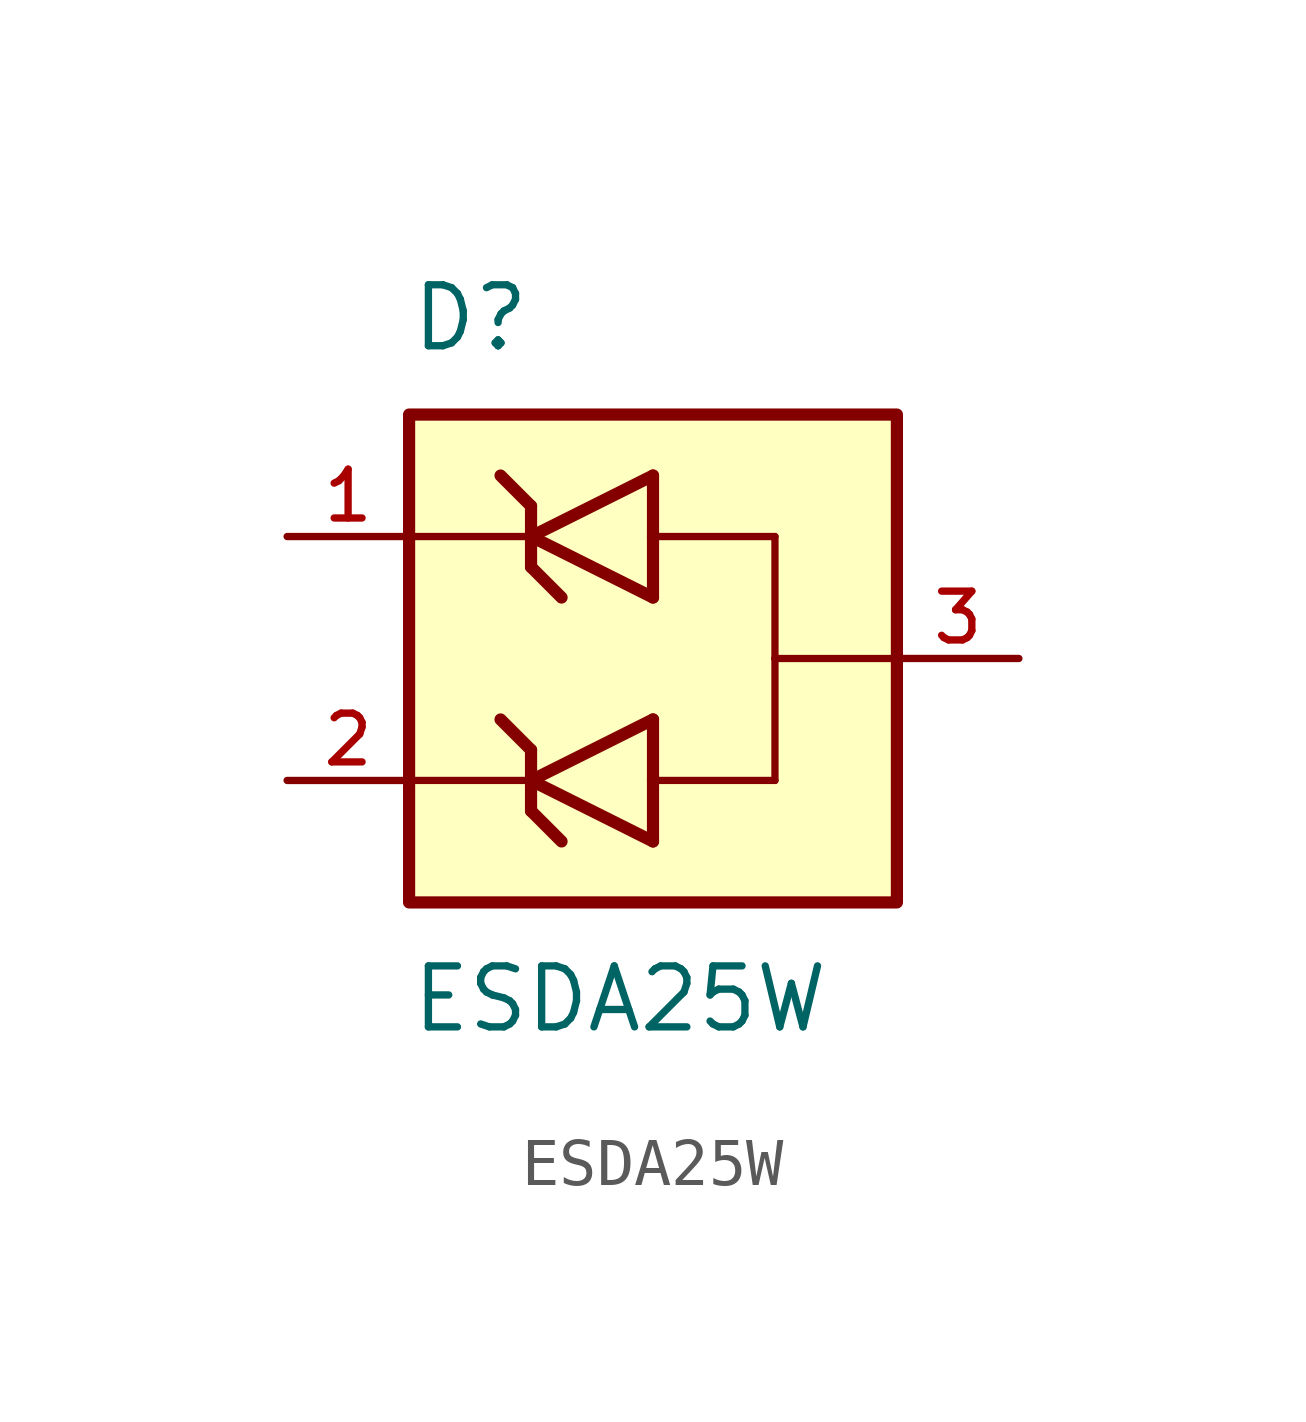
<source format=kicad_sym>
(kicad_symbol_lib
  (version 20211014)
  (generator kicad_symbol_editor)
  (symbol "ESDA25W"
    (pin_names
      (offset 1.016))
    (property "Reference" "D"
      (at -5.08 6.35 0)
      (effects (font (size 1.27 1.27)) (justify bottom left)))
    (property "Value" "ESDA25W"
      (at -5.08 -6.35 0.0)
      (effects (font (size 1.27 1.27)) (justify top left)))
    (symbol "ESDA25W_0_0"
      (polyline (pts (xy 0.0 1.27) (xy -2.54 2.54)) (stroke (width 0.254)))
      (polyline (pts (xy -2.54 2.54) (xy 0.0 3.81)) (stroke (width 0.254)))
      (polyline (pts (xy -2.54 3.175) (xy -2.54 2.54)) (stroke (width 0.254)))
      (polyline (pts (xy 0.0 3.81) (xy 0.0 2.54)) (stroke (width 0.254)))
      (polyline (pts (xy 0.0 2.54) (xy 0.0 1.27)) (stroke (width 0.254)))
      (polyline (pts (xy -2.54 2.54) (xy -2.54 1.905)) (stroke (width 0.254)))
      (polyline (pts (xy 2.54 2.54) (xy 0.0 2.54)) (stroke (width 0.152)))
      (polyline (pts (xy -5.08 2.54) (xy -2.54 2.54)) (stroke (width 0.152)))
      (polyline (pts (xy -3.175 3.81) (xy -2.54 3.175)) (stroke (width 0.254)))
      (polyline (pts (xy -2.54 1.905) (xy -1.905 1.27)) (stroke (width 0.254)))
      (polyline (pts (xy 0.0 -3.81) (xy -2.54 -2.54)) (stroke (width 0.254)))
      (polyline (pts (xy -2.54 -2.54) (xy 0.0 -1.27)) (stroke (width 0.254)))
      (polyline (pts (xy -2.54 -1.905) (xy -2.54 -2.54)) (stroke (width 0.254)))
      (polyline (pts (xy 0.0 -1.27) (xy 0.0 -2.54)) (stroke (width 0.254)))
      (polyline (pts (xy 0.0 -2.54) (xy 0.0 -3.81)) (stroke (width 0.254)))
      (polyline (pts (xy -2.54 -2.54) (xy -2.54 -3.175)) (stroke (width 0.254)))
      (polyline (pts (xy 2.54 -2.54) (xy 0.0 -2.54)) (stroke (width 0.152)))
      (polyline (pts (xy -5.08 -2.54) (xy -2.54 -2.54)) (stroke (width 0.152)))
      (polyline (pts (xy -3.175 -1.27) (xy -2.54 -1.905)) (stroke (width 0.254)))
      (polyline (pts (xy -2.54 -3.175) (xy -1.905 -3.81)) (stroke (width 0.254)))
      (polyline (pts (xy 2.54 -2.54) (xy 2.54 0.0)) (stroke (width 0.152)))
      (polyline (pts (xy 2.54 0.0) (xy 2.54 2.54)) (stroke (width 0.152)))
      (polyline (pts (xy 2.54 0.0) (xy 5.08 0.0)) (stroke (width 0.152)))
      (rectangle (start -5.08 -5.08) (end 5.08 5.08) (stroke (width 0.254)) (fill (type background)))
      (pin passive line (at -7.62 2.54 0) (length 2.54) (name "~" (effects (font (size 1.016 1.016)))) (number "1" (effects (font (size 1.016 1.016)))))
      (pin passive line (at -7.62 -2.54 0) (length 2.54) (name "~" (effects (font (size 1.016 1.016)))) (number "2" (effects (font (size 1.016 1.016)))))
      (pin passive line (at 7.62 0.0 180.0) (length 2.54) (name "~" (effects (font (size 1.016 1.016)))) (number "3" (effects (font (size 1.016 1.016))))))))
</source>
